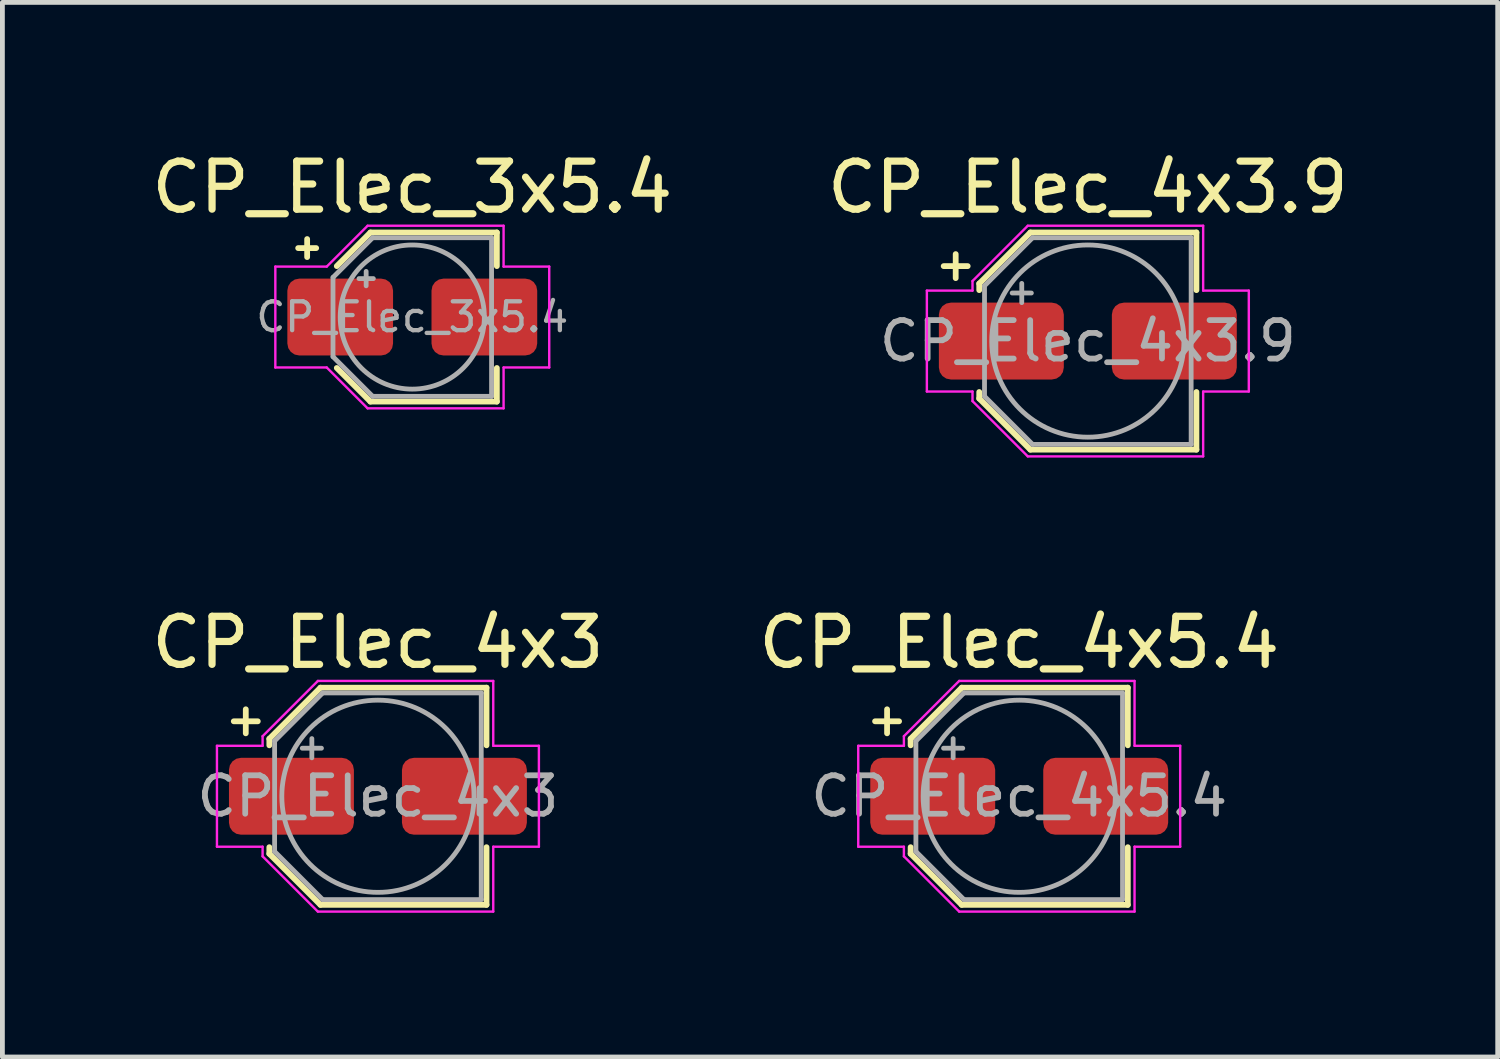
<source format=kicad_pcb>
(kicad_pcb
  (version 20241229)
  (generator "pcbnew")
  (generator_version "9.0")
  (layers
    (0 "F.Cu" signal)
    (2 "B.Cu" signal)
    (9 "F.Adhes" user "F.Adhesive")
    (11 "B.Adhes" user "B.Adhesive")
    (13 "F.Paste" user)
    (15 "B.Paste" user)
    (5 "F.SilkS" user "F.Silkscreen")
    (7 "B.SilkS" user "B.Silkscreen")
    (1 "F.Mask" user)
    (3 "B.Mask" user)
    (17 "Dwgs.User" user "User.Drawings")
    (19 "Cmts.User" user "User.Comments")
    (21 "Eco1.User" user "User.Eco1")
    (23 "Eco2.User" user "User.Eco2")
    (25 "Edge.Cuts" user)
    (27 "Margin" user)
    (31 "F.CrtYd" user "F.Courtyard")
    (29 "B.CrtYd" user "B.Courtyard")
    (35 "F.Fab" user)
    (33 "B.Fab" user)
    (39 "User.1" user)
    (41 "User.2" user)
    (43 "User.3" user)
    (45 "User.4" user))
  (footprint "CP_Elec_4x5.4"
    (layer "F.Cu")
    (at 18.161 13.521)
    (property "Reference" "CP_Elec_4x5.4" (at 0 -3.2 0) (layer "F.SilkS") (effects (font (size 1 1) (thickness 0.15))))
    (attr smd)
    (fp_line (start -3 -1.56) (end -2.5 -1.56) (stroke (width 0.12) (type solid)) (layer "F.SilkS"))
    (fp_line (start -2.75 -1.81) (end -2.75 -1.31) (stroke (width 0.12) (type solid)) (layer "F.SilkS"))
    (fp_line (start -2.26 -1.196) (end -2.26 -1.06) (stroke (width 0.12) (type solid)) (layer "F.SilkS"))
    (fp_line (start -2.26 -1.196) (end -1.196 -2.26) (stroke (width 0.12) (type solid)) (layer "F.SilkS"))
    (fp_line (start -2.26 1.196) (end -2.26 1.06) (stroke (width 0.12) (type solid)) (layer "F.SilkS"))
    (fp_line (start -2.26 1.196) (end -1.196 2.26) (stroke (width 0.12) (type solid)) (layer "F.SilkS"))
    (fp_line (start -1.196 -2.26) (end 2.26 -2.26) (stroke (width 0.12) (type solid)) (layer "F.SilkS"))
    (fp_line (start -1.196 2.26) (end 2.26 2.26) (stroke (width 0.12) (type solid)) (layer "F.SilkS"))
    (fp_line (start 2.26 -2.26) (end 2.26 -1.06) (stroke (width 0.12) (type solid)) (layer "F.SilkS"))
    (fp_line (start 2.26 2.26) (end 2.26 1.06) (stroke (width 0.12) (type solid)) (layer "F.SilkS"))
    (fp_line (start -3.35 -1.05) (end -3.35 1.05) (stroke (width 0.05) (type solid)) (layer "F.CrtYd"))
    (fp_line (start -3.35 1.05) (end -2.4 1.05) (stroke (width 0.05) (type solid)) (layer "F.CrtYd"))
    (fp_line (start -2.4 -1.25) (end -2.4 -1.05) (stroke (width 0.05) (type solid)) (layer "F.CrtYd"))
    (fp_line (start -2.4 -1.25) (end -1.25 -2.4) (stroke (width 0.05) (type solid)) (layer "F.CrtYd"))
    (fp_line (start -2.4 -1.05) (end -3.35 -1.05) (stroke (width 0.05) (type solid)) (layer "F.CrtYd"))
    (fp_line (start -2.4 1.05) (end -2.4 1.25) (stroke (width 0.05) (type solid)) (layer "F.CrtYd"))
    (fp_line (start -2.4 1.25) (end -1.25 2.4) (stroke (width 0.05) (type solid)) (layer "F.CrtYd"))
    (fp_line (start -1.25 -2.4) (end 2.4 -2.4) (stroke (width 0.05) (type solid)) (layer "F.CrtYd"))
    (fp_line (start -1.25 2.4) (end 2.4 2.4) (stroke (width 0.05) (type solid)) (layer "F.CrtYd"))
    (fp_line (start 2.4 -2.4) (end 2.4 -1.05) (stroke (width 0.05) (type solid)) (layer "F.CrtYd"))
    (fp_line (start 2.4 -1.05) (end 3.35 -1.05) (stroke (width 0.05) (type solid)) (layer "F.CrtYd"))
    (fp_line (start 2.4 1.05) (end 2.4 2.4) (stroke (width 0.05) (type solid)) (layer "F.CrtYd"))
    (fp_line (start 3.35 -1.05) (end 3.35 1.05) (stroke (width 0.05) (type solid)) (layer "F.CrtYd"))
    (fp_line (start 3.35 1.05) (end 2.4 1.05) (stroke (width 0.05) (type solid)) (layer "F.CrtYd"))
    (fp_line (start -2.15 -1.15) (end -2.15 1.15) (stroke (width 0.1) (type solid)) (layer "F.Fab"))
    (fp_line (start -2.15 -1.15) (end -1.15 -2.15) (stroke (width 0.1) (type solid)) (layer "F.Fab"))
    (fp_line (start -2.15 1.15) (end -1.15 2.15) (stroke (width 0.1) (type solid)) (layer "F.Fab"))
    (fp_line (start -1.575 -1) (end -1.175 -1) (stroke (width 0.1) (type solid)) (layer "F.Fab"))
    (fp_line (start -1.375 -1.2) (end -1.375 -0.8) (stroke (width 0.1) (type solid)) (layer "F.Fab"))
    (fp_line (start -1.15 -2.15) (end 2.15 -2.15) (stroke (width 0.1) (type solid)) (layer "F.Fab"))
    (fp_line (start -1.15 2.15) (end 2.15 2.15) (stroke (width 0.1) (type solid)) (layer "F.Fab"))
    (fp_line (start 2.15 -2.15) (end 2.15 2.15) (stroke (width 0.1) (type solid)) (layer "F.Fab"))
    (fp_circle (center 0 0) (end 2 0) (stroke (width 0.1) (type solid)) (fill no) (layer "F.Fab"))
    (fp_text user "${REFERENCE}" (at 0 0 0) (layer "F.Fab") (effects (font (size 0.8 0.8) (thickness 0.12))))
    (pad "1" smd roundrect (at -1.8 0) (size 2.6 1.6) (layers "F.Cu" "F.Mask" "F.Paste") (roundrect_rratio 0.156))
    (pad "2" smd roundrect (at 1.8 0) (size 2.6 1.6) (layers "F.Cu" "F.Mask" "F.Paste") (roundrect_rratio 0.156)))
  (footprint "CP_Elec_4x3.9"
    (layer "F.Cu")
    (at 19.589 4.048)
    (property "Reference" "CP_Elec_4x3.9" (at 0 -3.2 0) (layer "F.SilkS") (effects (font (size 1 1) (thickness 0.15))))
    (attr smd)
    (fp_line (start -3 -1.56) (end -2.5 -1.56) (stroke (width 0.12) (type solid)) (layer "F.SilkS"))
    (fp_line (start -2.75 -1.81) (end -2.75 -1.31) (stroke (width 0.12) (type solid)) (layer "F.SilkS"))
    (fp_line (start -2.26 -1.196) (end -2.26 -1.06) (stroke (width 0.12) (type solid)) (layer "F.SilkS"))
    (fp_line (start -2.26 -1.196) (end -1.196 -2.26) (stroke (width 0.12) (type solid)) (layer "F.SilkS"))
    (fp_line (start -2.26 1.196) (end -2.26 1.06) (stroke (width 0.12) (type solid)) (layer "F.SilkS"))
    (fp_line (start -2.26 1.196) (end -1.196 2.26) (stroke (width 0.12) (type solid)) (layer "F.SilkS"))
    (fp_line (start -1.196 -2.26) (end 2.26 -2.26) (stroke (width 0.12) (type solid)) (layer "F.SilkS"))
    (fp_line (start -1.196 2.26) (end 2.26 2.26) (stroke (width 0.12) (type solid)) (layer "F.SilkS"))
    (fp_line (start 2.26 -2.26) (end 2.26 -1.06) (stroke (width 0.12) (type solid)) (layer "F.SilkS"))
    (fp_line (start 2.26 2.26) (end 2.26 1.06) (stroke (width 0.12) (type solid)) (layer "F.SilkS"))
    (fp_line (start -3.35 -1.05) (end -3.35 1.05) (stroke (width 0.05) (type solid)) (layer "F.CrtYd"))
    (fp_line (start -3.35 1.05) (end -2.4 1.05) (stroke (width 0.05) (type solid)) (layer "F.CrtYd"))
    (fp_line (start -2.4 -1.25) (end -2.4 -1.05) (stroke (width 0.05) (type solid)) (layer "F.CrtYd"))
    (fp_line (start -2.4 -1.25) (end -1.25 -2.4) (stroke (width 0.05) (type solid)) (layer "F.CrtYd"))
    (fp_line (start -2.4 -1.05) (end -3.35 -1.05) (stroke (width 0.05) (type solid)) (layer "F.CrtYd"))
    (fp_line (start -2.4 1.05) (end -2.4 1.25) (stroke (width 0.05) (type solid)) (layer "F.CrtYd"))
    (fp_line (start -2.4 1.25) (end -1.25 2.4) (stroke (width 0.05) (type solid)) (layer "F.CrtYd"))
    (fp_line (start -1.25 -2.4) (end 2.4 -2.4) (stroke (width 0.05) (type solid)) (layer "F.CrtYd"))
    (fp_line (start -1.25 2.4) (end 2.4 2.4) (stroke (width 0.05) (type solid)) (layer "F.CrtYd"))
    (fp_line (start 2.4 -2.4) (end 2.4 -1.05) (stroke (width 0.05) (type solid)) (layer "F.CrtYd"))
    (fp_line (start 2.4 -1.05) (end 3.35 -1.05) (stroke (width 0.05) (type solid)) (layer "F.CrtYd"))
    (fp_line (start 2.4 1.05) (end 2.4 2.4) (stroke (width 0.05) (type solid)) (layer "F.CrtYd"))
    (fp_line (start 3.35 -1.05) (end 3.35 1.05) (stroke (width 0.05) (type solid)) (layer "F.CrtYd"))
    (fp_line (start 3.35 1.05) (end 2.4 1.05) (stroke (width 0.05) (type solid)) (layer "F.CrtYd"))
    (fp_line (start -2.15 -1.15) (end -2.15 1.15) (stroke (width 0.1) (type solid)) (layer "F.Fab"))
    (fp_line (start -2.15 -1.15) (end -1.15 -2.15) (stroke (width 0.1) (type solid)) (layer "F.Fab"))
    (fp_line (start -2.15 1.15) (end -1.15 2.15) (stroke (width 0.1) (type solid)) (layer "F.Fab"))
    (fp_line (start -1.575 -1) (end -1.175 -1) (stroke (width 0.1) (type solid)) (layer "F.Fab"))
    (fp_line (start -1.375 -1.2) (end -1.375 -0.8) (stroke (width 0.1) (type solid)) (layer "F.Fab"))
    (fp_line (start -1.15 -2.15) (end 2.15 -2.15) (stroke (width 0.1) (type solid)) (layer "F.Fab"))
    (fp_line (start -1.15 2.15) (end 2.15 2.15) (stroke (width 0.1) (type solid)) (layer "F.Fab"))
    (fp_line (start 2.15 -2.15) (end 2.15 2.15) (stroke (width 0.1) (type solid)) (layer "F.Fab"))
    (fp_circle (center 0 0) (end 2 0) (stroke (width 0.1) (type solid)) (fill no) (layer "F.Fab"))
    (fp_text user "${REFERENCE}" (at 0 0 0) (layer "F.Fab") (effects (font (size 0.8 0.8) (thickness 0.12))))
    (pad "1" smd roundrect (at -1.8 0) (size 2.6 1.6) (layers "F.Cu" "F.Mask" "F.Paste") (roundrect_rratio 0.156))
    (pad "2" smd roundrect (at 1.8 0) (size 2.6 1.6) (layers "F.Cu" "F.Mask" "F.Paste") (roundrect_rratio 0.156)))
  (footprint "CP_Elec_4x3"
    (layer "F.Cu")
    (at 4.815 13.521)
    (property "Reference" "CP_Elec_4x3" (at 0 -3.2 0) (layer "F.SilkS") (effects (font (size 1 1) (thickness 0.15))))
    (attr smd)
    (fp_line (start -3 -1.56) (end -2.5 -1.56) (stroke (width 0.12) (type solid)) (layer "F.SilkS"))
    (fp_line (start -2.75 -1.81) (end -2.75 -1.31) (stroke (width 0.12) (type solid)) (layer "F.SilkS"))
    (fp_line (start -2.26 -1.196) (end -2.26 -1.06) (stroke (width 0.12) (type solid)) (layer "F.SilkS"))
    (fp_line (start -2.26 -1.196) (end -1.196 -2.26) (stroke (width 0.12) (type solid)) (layer "F.SilkS"))
    (fp_line (start -2.26 1.196) (end -2.26 1.06) (stroke (width 0.12) (type solid)) (layer "F.SilkS"))
    (fp_line (start -2.26 1.196) (end -1.196 2.26) (stroke (width 0.12) (type solid)) (layer "F.SilkS"))
    (fp_line (start -1.196 -2.26) (end 2.26 -2.26) (stroke (width 0.12) (type solid)) (layer "F.SilkS"))
    (fp_line (start -1.196 2.26) (end 2.26 2.26) (stroke (width 0.12) (type solid)) (layer "F.SilkS"))
    (fp_line (start 2.26 -2.26) (end 2.26 -1.06) (stroke (width 0.12) (type solid)) (layer "F.SilkS"))
    (fp_line (start 2.26 2.26) (end 2.26 1.06) (stroke (width 0.12) (type solid)) (layer "F.SilkS"))
    (fp_line (start -3.35 -1.05) (end -3.35 1.05) (stroke (width 0.05) (type solid)) (layer "F.CrtYd"))
    (fp_line (start -3.35 1.05) (end -2.4 1.05) (stroke (width 0.05) (type solid)) (layer "F.CrtYd"))
    (fp_line (start -2.4 -1.25) (end -2.4 -1.05) (stroke (width 0.05) (type solid)) (layer "F.CrtYd"))
    (fp_line (start -2.4 -1.25) (end -1.25 -2.4) (stroke (width 0.05) (type solid)) (layer "F.CrtYd"))
    (fp_line (start -2.4 -1.05) (end -3.35 -1.05) (stroke (width 0.05) (type solid)) (layer "F.CrtYd"))
    (fp_line (start -2.4 1.05) (end -2.4 1.25) (stroke (width 0.05) (type solid)) (layer "F.CrtYd"))
    (fp_line (start -2.4 1.25) (end -1.25 2.4) (stroke (width 0.05) (type solid)) (layer "F.CrtYd"))
    (fp_line (start -1.25 -2.4) (end 2.4 -2.4) (stroke (width 0.05) (type solid)) (layer "F.CrtYd"))
    (fp_line (start -1.25 2.4) (end 2.4 2.4) (stroke (width 0.05) (type solid)) (layer "F.CrtYd"))
    (fp_line (start 2.4 -2.4) (end 2.4 -1.05) (stroke (width 0.05) (type solid)) (layer "F.CrtYd"))
    (fp_line (start 2.4 -1.05) (end 3.35 -1.05) (stroke (width 0.05) (type solid)) (layer "F.CrtYd"))
    (fp_line (start 2.4 1.05) (end 2.4 2.4) (stroke (width 0.05) (type solid)) (layer "F.CrtYd"))
    (fp_line (start 3.35 -1.05) (end 3.35 1.05) (stroke (width 0.05) (type solid)) (layer "F.CrtYd"))
    (fp_line (start 3.35 1.05) (end 2.4 1.05) (stroke (width 0.05) (type solid)) (layer "F.CrtYd"))
    (fp_line (start -2.15 -1.15) (end -2.15 1.15) (stroke (width 0.1) (type solid)) (layer "F.Fab"))
    (fp_line (start -2.15 -1.15) (end -1.15 -2.15) (stroke (width 0.1) (type solid)) (layer "F.Fab"))
    (fp_line (start -2.15 1.15) (end -1.15 2.15) (stroke (width 0.1) (type solid)) (layer "F.Fab"))
    (fp_line (start -1.575 -1) (end -1.175 -1) (stroke (width 0.1) (type solid)) (layer "F.Fab"))
    (fp_line (start -1.375 -1.2) (end -1.375 -0.8) (stroke (width 0.1) (type solid)) (layer "F.Fab"))
    (fp_line (start -1.15 -2.15) (end 2.15 -2.15) (stroke (width 0.1) (type solid)) (layer "F.Fab"))
    (fp_line (start -1.15 2.15) (end 2.15 2.15) (stroke (width 0.1) (type solid)) (layer "F.Fab"))
    (fp_line (start 2.15 -2.15) (end 2.15 2.15) (stroke (width 0.1) (type solid)) (layer "F.Fab"))
    (fp_circle (center 0 0) (end 2 0) (stroke (width 0.1) (type solid)) (fill no) (layer "F.Fab"))
    (fp_text user "${REFERENCE}" (at 0 0 0) (layer "F.Fab") (effects (font (size 0.8 0.8) (thickness 0.12))))
    (pad "1" smd roundrect (at -1.8 0) (size 2.6 1.6) (layers "F.Cu" "F.Mask" "F.Paste") (roundrect_rratio 0.156))
    (pad "2" smd roundrect (at 1.8 0) (size 2.6 1.6) (layers "F.Cu" "F.Mask" "F.Paste") (roundrect_rratio 0.156)))
  (footprint "CP_Elec_3x5.4"
    (layer "F.Cu")
    (at 5.53 3.548)
    (property "Reference" "CP_Elec_3x5.4" (at 0 -2.7 0) (layer "F.SilkS") (effects (font (size 1 1) (thickness 0.15))))
    (attr smd)
    (fp_line (start -2.375 -1.435) (end -2 -1.435) (stroke (width 0.12) (type solid)) (layer "F.SilkS"))
    (fp_line (start -2.188 -1.623) (end -2.188 -1.248) (stroke (width 0.12) (type solid)) (layer "F.SilkS"))
    (fp_line (start -1.571 -1.06) (end -0.871 -1.76) (stroke (width 0.12) (type solid)) (layer "F.SilkS"))
    (fp_line (start -1.571 1.06) (end -0.871 1.76) (stroke (width 0.12) (type solid)) (layer "F.SilkS"))
    (fp_line (start -0.871 -1.76) (end 1.76 -1.76) (stroke (width 0.12) (type solid)) (layer "F.SilkS"))
    (fp_line (start -0.871 1.76) (end 1.76 1.76) (stroke (width 0.12) (type solid)) (layer "F.SilkS"))
    (fp_line (start 1.76 -1.76) (end 1.76 -1.06) (stroke (width 0.12) (type solid)) (layer "F.SilkS"))
    (fp_line (start 1.76 1.76) (end 1.76 1.06) (stroke (width 0.12) (type solid)) (layer "F.SilkS"))
    (fp_line (start -2.85 -1.05) (end -2.85 1.05) (stroke (width 0.05) (type solid)) (layer "F.CrtYd"))
    (fp_line (start -2.85 1.05) (end -1.78 1.05) (stroke (width 0.05) (type solid)) (layer "F.CrtYd"))
    (fp_line (start -1.78 -1.05) (end -2.85 -1.05) (stroke (width 0.05) (type solid)) (layer "F.CrtYd"))
    (fp_line (start -1.78 -1.05) (end -0.93 -1.9) (stroke (width 0.05) (type solid)) (layer "F.CrtYd"))
    (fp_line (start -1.78 1.05) (end -0.93 1.9) (stroke (width 0.05) (type solid)) (layer "F.CrtYd"))
    (fp_line (start -0.93 -1.9) (end 1.9 -1.9) (stroke (width 0.05) (type solid)) (layer "F.CrtYd"))
    (fp_line (start -0.93 1.9) (end 1.9 1.9) (stroke (width 0.05) (type solid)) (layer "F.CrtYd"))
    (fp_line (start 1.9 -1.9) (end 1.9 -1.05) (stroke (width 0.05) (type solid)) (layer "F.CrtYd"))
    (fp_line (start 1.9 -1.05) (end 2.85 -1.05) (stroke (width 0.05) (type solid)) (layer "F.CrtYd"))
    (fp_line (start 1.9 1.05) (end 1.9 1.9) (stroke (width 0.05) (type solid)) (layer "F.CrtYd"))
    (fp_line (start 2.85 -1.05) (end 2.85 1.05) (stroke (width 0.05) (type solid)) (layer "F.CrtYd"))
    (fp_line (start 2.85 1.05) (end 1.9 1.05) (stroke (width 0.05) (type solid)) (layer "F.CrtYd"))
    (fp_line (start -1.65 -0.825) (end -1.65 0.825) (stroke (width 0.1) (type solid)) (layer "F.Fab"))
    (fp_line (start -1.65 -0.825) (end -0.825 -1.65) (stroke (width 0.1) (type solid)) (layer "F.Fab"))
    (fp_line (start -1.65 0.825) (end -0.825 1.65) (stroke (width 0.1) (type solid)) (layer "F.Fab"))
    (fp_line (start -1.11 -0.8) (end -0.81 -0.8) (stroke (width 0.1) (type solid)) (layer "F.Fab"))
    (fp_line (start -0.96 -0.95) (end -0.96 -0.65) (stroke (width 0.1) (type solid)) (layer "F.Fab"))
    (fp_line (start -0.825 -1.65) (end 1.65 -1.65) (stroke (width 0.1) (type solid)) (layer "F.Fab"))
    (fp_line (start -0.825 1.65) (end 1.65 1.65) (stroke (width 0.1) (type solid)) (layer "F.Fab"))
    (fp_line (start 1.65 -1.65) (end 1.65 1.65) (stroke (width 0.1) (type solid)) (layer "F.Fab"))
    (fp_circle (center 0 0) (end 1.5 0) (stroke (width 0.1) (type solid)) (fill no) (layer "F.Fab"))
    (fp_text user "${REFERENCE}" (at 0 0 0) (layer "F.Fab") (effects (font (size 0.6 0.6) (thickness 0.09))))
    (pad "1" smd roundrect (at -1.5 0) (size 2.2 1.6) (layers "F.Cu" "F.Mask" "F.Paste") (roundrect_rratio 0.156))
    (pad "2" smd roundrect (at 1.5 0) (size 2.2 1.6) (layers "F.Cu" "F.Mask" "F.Paste") (roundrect_rratio 0.156)))
  (gr_rect
    (start -3 -3)
    (end 28.119 18.947)
    (stroke (width 0.1) (type default))
    (fill no)
    (layer "Edge.Cuts")))
</source>
